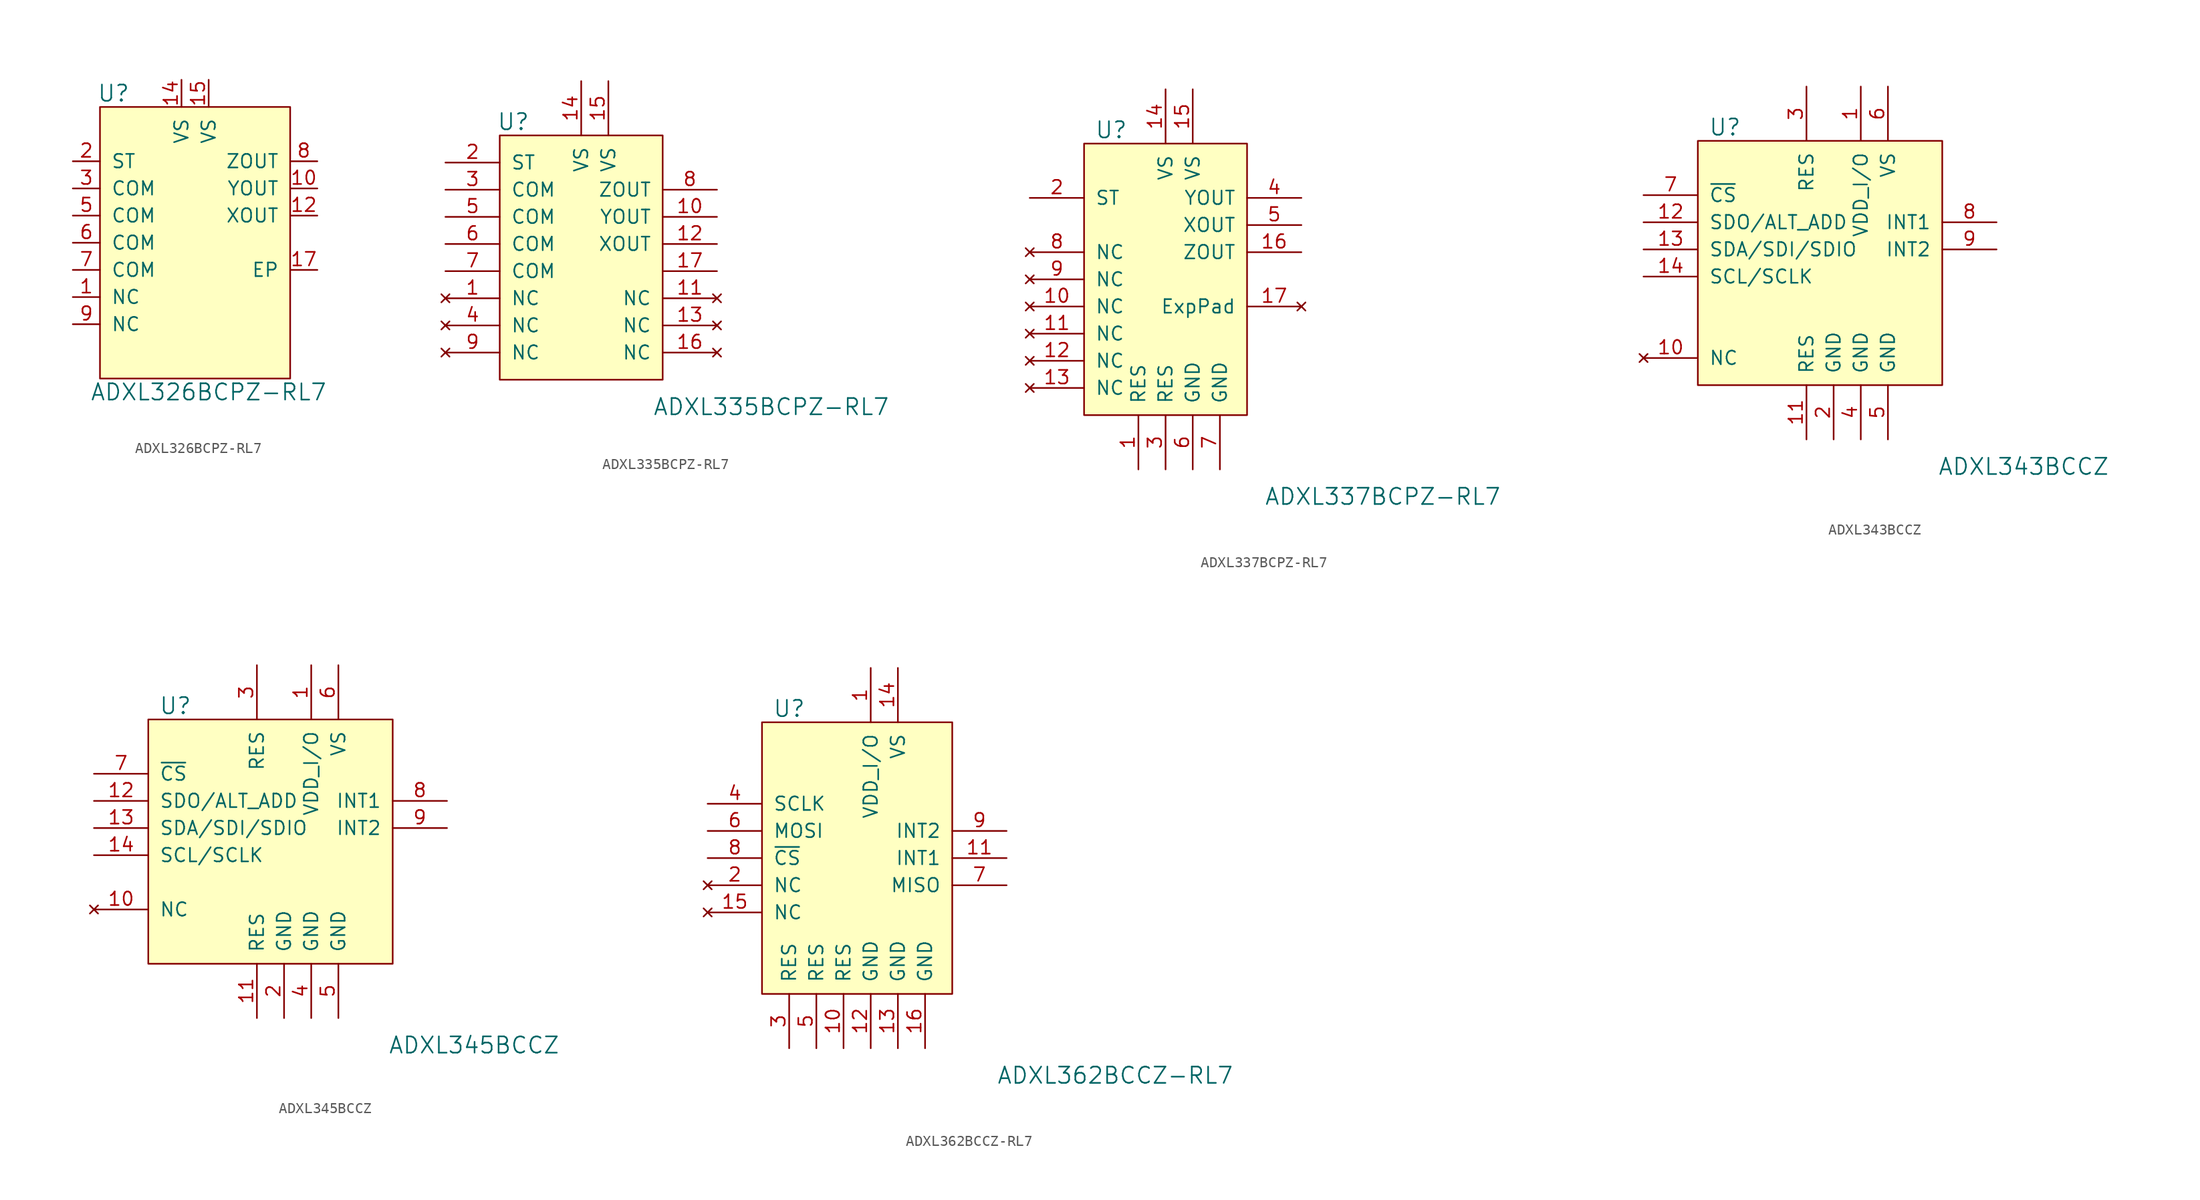
<source format=kicad_sym>
(kicad_symbol_lib
  (version 20231120)
  (generator "kicad_symbol_editor")
  (generator_version "8.0")
  (symbol "ADXL326BCPZ-RL7"
    (pin_names
      (offset 1.016))
    (property "Reference" "U"
      (at -8.89 16.51 0)
      (effects (font (size 1.524 1.524))))
    (property "Value" "ADXL326BCPZ-RL7"
      (at 0 -11.43 0)
      (effects (font (size 1.524 1.524))))
    (symbol "ADXL326BCPZ-RL7_0_1"
      (rectangle (start -10.16 15.24) (end 7.62 -10.16) (stroke (width 0) (type solid)) (fill (type background))))
    (symbol "ADXL326BCPZ-RL7_1_1"
      (pin unspecified line (at -12.7 -2.54 0) (length 2.54) (name "NC" (effects (font (size 1.27 1.27)))) (number "1" (effects (font (size 1.27 1.27)))))
      (pin output line (at 10.16 7.62 180) (length 2.54) (name "YOUT" (effects (font (size 1.27 1.27)))) (number "10" (effects (font (size 1.27 1.27)))))
      (pin no_connect line (at -2.54 -10.16 90) (length 2.54) hide (name "NC" (effects (font (size 1.27 1.27)))) (number "11" (effects (font (size 1.27 1.27)))))
      (pin output line (at 10.16 5.08 180) (length 2.54) (name "XOUT" (effects (font (size 1.27 1.27)))) (number "12" (effects (font (size 1.27 1.27)))))
      (pin no_connect line (at 0 -10.16 90) (length 2.54) hide (name "NC" (effects (font (size 1.27 1.27)))) (number "13" (effects (font (size 1.27 1.27)))))
      (pin power_in line (at -2.54 17.78 270) (length 2.54) (name "VS" (effects (font (size 1.27 1.27)))) (number "14" (effects (font (size 1.27 1.27)))))
      (pin power_in line (at 0 17.78 270) (length 2.54) (name "VS" (effects (font (size 1.27 1.27)))) (number "15" (effects (font (size 1.27 1.27)))))
      (pin no_connect line (at 2.54 -10.16 90) (length 2.54) hide (name "NC" (effects (font (size 1.27 1.27)))) (number "16" (effects (font (size 1.27 1.27)))))
      (pin unspecified line (at 10.16 0 180) (length 2.54) (name "EP" (effects (font (size 1.27 1.27)))) (number "17" (effects (font (size 1.27 1.27)))))
      (pin input line (at -12.7 10.16 0) (length 2.54) (name "ST" (effects (font (size 1.27 1.27)))) (number "2" (effects (font (size 1.27 1.27)))))
      (pin power_in line (at -12.7 7.62 0) (length 2.54) (name "COM" (effects (font (size 1.27 1.27)))) (number "3" (effects (font (size 1.27 1.27)))))
      (pin no_connect line (at 5.08 -10.16 90) (length 2.54) hide (name "NC" (effects (font (size 1.27 1.27)))) (number "4" (effects (font (size 1.27 1.27)))))
      (pin power_in line (at -12.7 5.08 0) (length 2.54) (name "COM" (effects (font (size 1.27 1.27)))) (number "5" (effects (font (size 1.27 1.27)))))
      (pin power_in line (at -12.7 2.54 0) (length 2.54) (name "COM" (effects (font (size 1.27 1.27)))) (number "6" (effects (font (size 1.27 1.27)))))
      (pin power_in line (at -12.7 0 0) (length 2.54) (name "COM" (effects (font (size 1.27 1.27)))) (number "7" (effects (font (size 1.27 1.27)))))
      (pin output line (at 10.16 10.16 180) (length 2.54) (name "ZOUT" (effects (font (size 1.27 1.27)))) (number "8" (effects (font (size 1.27 1.27)))))
      (pin unspecified line (at -12.7 -5.08 0) (length 2.54) (name "NC" (effects (font (size 1.27 1.27)))) (number "9" (effects (font (size 1.27 1.27)))))))
  (symbol "ADXL335BCPZ-RL7"
    (pin_names
      (offset 1.016))
    (property "Reference" "U"
      (at -6.35 11.43 0)
      (effects (font (size 1.524 1.524))))
    (property "Value" "ADXL335BCPZ-RL7"
      (at 17.78 -15.24 0)
      (effects (font (size 1.524 1.524))))
    (symbol "ADXL335BCPZ-RL7_0_1"
      (rectangle (start -7.62 10.16) (end 7.62 -12.7) (stroke (width 0) (type solid)) (fill (type background))))
    (symbol "ADXL335BCPZ-RL7_1_1"
      (pin no_connect line (at -12.7 -5.08 0) (length 5.08) (name "NC" (effects (font (size 1.27 1.27)))) (number "1" (effects (font (size 1.27 1.27)))))
      (pin output line (at 12.7 2.54 180) (length 5.08) (name "YOUT" (effects (font (size 1.27 1.27)))) (number "10" (effects (font (size 1.27 1.27)))))
      (pin no_connect line (at 12.7 -5.08 180) (length 5.08) (name "NC" (effects (font (size 1.27 1.27)))) (number "11" (effects (font (size 1.27 1.27)))))
      (pin output line (at 12.7 0 180) (length 5.08) (name "XOUT" (effects (font (size 1.27 1.27)))) (number "12" (effects (font (size 1.27 1.27)))))
      (pin no_connect line (at 12.7 -7.62 180) (length 5.08) (name "NC" (effects (font (size 1.27 1.27)))) (number "13" (effects (font (size 1.27 1.27)))))
      (pin power_in line (at 0 15.24 270) (length 5.08) (name "VS" (effects (font (size 1.27 1.27)))) (number "14" (effects (font (size 1.27 1.27)))))
      (pin power_in line (at 2.54 15.24 270) (length 5.08) (name "VS" (effects (font (size 1.27 1.27)))) (number "15" (effects (font (size 1.27 1.27)))))
      (pin no_connect line (at 12.7 -10.16 180) (length 5.08) (name "NC" (effects (font (size 1.27 1.27)))) (number "16" (effects (font (size 1.27 1.27)))))
      (pin unspecified line (at 12.7 -2.54 180) (length 5.08) (name "~" (effects (font (size 1.27 1.27)))) (number "17" (effects (font (size 1.27 1.27)))))
      (pin input line (at -12.7 7.62 0) (length 5.08) (name "ST" (effects (font (size 1.27 1.27)))) (number "2" (effects (font (size 1.27 1.27)))))
      (pin input line (at -12.7 5.08 0) (length 5.08) (name "COM" (effects (font (size 1.27 1.27)))) (number "3" (effects (font (size 1.27 1.27)))))
      (pin no_connect line (at -12.7 -7.62 0) (length 5.08) (name "NC" (effects (font (size 1.27 1.27)))) (number "4" (effects (font (size 1.27 1.27)))))
      (pin input line (at -12.7 2.54 0) (length 5.08) (name "COM" (effects (font (size 1.27 1.27)))) (number "5" (effects (font (size 1.27 1.27)))))
      (pin input line (at -12.7 0 0) (length 5.08) (name "COM" (effects (font (size 1.27 1.27)))) (number "6" (effects (font (size 1.27 1.27)))))
      (pin input line (at -12.7 -2.54 0) (length 5.08) (name "COM" (effects (font (size 1.27 1.27)))) (number "7" (effects (font (size 1.27 1.27)))))
      (pin output line (at 12.7 5.08 180) (length 5.08) (name "ZOUT" (effects (font (size 1.27 1.27)))) (number "8" (effects (font (size 1.27 1.27)))))
      (pin no_connect line (at -12.7 -10.16 0) (length 5.08) (name "NC" (effects (font (size 1.27 1.27)))) (number "9" (effects (font (size 1.27 1.27)))))))
  (symbol "ADXL337BCPZ-RL7"
    (pin_names
      (offset 1.016))
    (property "Reference" "U"
      (at -5.08 13.97 0)
      (effects (font (size 1.524 1.524))))
    (property "Value" "ADXL337BCPZ-RL7"
      (at 20.32 -20.32 0)
      (effects (font (size 1.524 1.524))))
    (symbol "ADXL337BCPZ-RL7_0_1"
      (rectangle (start -7.62 12.7) (end 7.62 -12.7) (stroke (width 0) (type solid)) (fill (type background))))
    (symbol "ADXL337BCPZ-RL7_1_1"
      (pin input line (at -2.54 -17.78 90) (length 5.08) (name "RES" (effects (font (size 1.27 1.27)))) (number "1" (effects (font (size 1.27 1.27)))))
      (pin no_connect line (at -12.7 -2.54 0) (length 5.08) (name "NC" (effects (font (size 1.27 1.27)))) (number "10" (effects (font (size 1.27 1.27)))))
      (pin no_connect line (at -12.7 -5.08 0) (length 5.08) (name "NC" (effects (font (size 1.27 1.27)))) (number "11" (effects (font (size 1.27 1.27)))))
      (pin no_connect line (at -12.7 -7.62 0) (length 5.08) (name "NC" (effects (font (size 1.27 1.27)))) (number "12" (effects (font (size 1.27 1.27)))))
      (pin no_connect line (at -12.7 -10.16 0) (length 5.08) (name "NC" (effects (font (size 1.27 1.27)))) (number "13" (effects (font (size 1.27 1.27)))))
      (pin power_in line (at 0 17.78 270) (length 5.08) (name "VS" (effects (font (size 1.27 1.27)))) (number "14" (effects (font (size 1.27 1.27)))))
      (pin power_in line (at 2.54 17.78 270) (length 5.08) (name "VS" (effects (font (size 1.27 1.27)))) (number "15" (effects (font (size 1.27 1.27)))))
      (pin output line (at 12.7 2.54 180) (length 5.08) (name "ZOUT" (effects (font (size 1.27 1.27)))) (number "16" (effects (font (size 1.27 1.27)))))
      (pin no_connect line (at 12.7 -2.54 180) (length 5.08) (name "ExpPad" (effects (font (size 1.27 1.27)))) (number "17" (effects (font (size 1.27 1.27)))))
      (pin input line (at -12.7 7.62 0) (length 5.08) (name "ST" (effects (font (size 1.27 1.27)))) (number "2" (effects (font (size 1.27 1.27)))))
      (pin input line (at 0 -17.78 90) (length 5.08) (name "RES" (effects (font (size 1.27 1.27)))) (number "3" (effects (font (size 1.27 1.27)))))
      (pin output line (at 12.7 7.62 180) (length 5.08) (name "YOUT" (effects (font (size 1.27 1.27)))) (number "4" (effects (font (size 1.27 1.27)))))
      (pin output line (at 12.7 5.08 180) (length 5.08) (name "XOUT" (effects (font (size 1.27 1.27)))) (number "5" (effects (font (size 1.27 1.27)))))
      (pin power_in line (at 2.54 -17.78 90) (length 5.08) (name "GND" (effects (font (size 1.27 1.27)))) (number "6" (effects (font (size 1.27 1.27)))))
      (pin power_in line (at 5.08 -17.78 90) (length 5.08) (name "GND" (effects (font (size 1.27 1.27)))) (number "7" (effects (font (size 1.27 1.27)))))
      (pin no_connect line (at -12.7 2.54 0) (length 5.08) (name "NC" (effects (font (size 1.27 1.27)))) (number "8" (effects (font (size 1.27 1.27)))))
      (pin no_connect line (at -12.7 0 0) (length 5.08) (name "NC" (effects (font (size 1.27 1.27)))) (number "9" (effects (font (size 1.27 1.27)))))))
  (symbol "ADXL343BCCZ"
    (pin_names
      (offset 1.016))
    (property "Reference" "U"
      (at -7.62 13.97 0)
      (effects (font (size 1.524 1.524))))
    (property "Value" "ADXL343BCCZ"
      (at 20.32 -17.78 0)
      (effects (font (size 1.524 1.524))))
    (symbol "ADXL343BCCZ_0_1"
      (rectangle (start -10.16 12.7) (end 12.7 -10.16) (stroke (width 0) (type solid)) (fill (type background))))
    (symbol "ADXL343BCCZ_1_1"
      (pin power_in line (at 5.08 17.78 270) (length 5.08) (name "VDD_I/O" (effects (font (size 1.27 1.27)))) (number "1" (effects (font (size 1.27 1.27)))))
      (pin no_connect line (at -15.24 -7.62 0) (length 5.08) (name "NC" (effects (font (size 1.27 1.27)))) (number "10" (effects (font (size 1.27 1.27)))))
      (pin power_in line (at 0 -15.24 90) (length 5.08) (name "RES" (effects (font (size 1.27 1.27)))) (number "11" (effects (font (size 1.27 1.27)))))
      (pin bidirectional line (at -15.24 5.08 0) (length 5.08) (name "SDO/ALT_ADD" (effects (font (size 1.27 1.27)))) (number "12" (effects (font (size 1.27 1.27)))))
      (pin bidirectional line (at -15.24 2.54 0) (length 5.08) (name "SDA/SDI/SDIO" (effects (font (size 1.27 1.27)))) (number "13" (effects (font (size 1.27 1.27)))))
      (pin bidirectional line (at -15.24 0 0) (length 5.08) (name "SCL/SCLK" (effects (font (size 1.27 1.27)))) (number "14" (effects (font (size 1.27 1.27)))))
      (pin power_in line (at 2.54 -15.24 90) (length 5.08) (name "GND" (effects (font (size 1.27 1.27)))) (number "2" (effects (font (size 1.27 1.27)))))
      (pin power_in line (at 0 17.78 270) (length 5.08) (name "RES" (effects (font (size 1.27 1.27)))) (number "3" (effects (font (size 1.27 1.27)))))
      (pin power_in line (at 5.08 -15.24 90) (length 5.08) (name "GND" (effects (font (size 1.27 1.27)))) (number "4" (effects (font (size 1.27 1.27)))))
      (pin power_in line (at 7.62 -15.24 90) (length 5.08) (name "GND" (effects (font (size 1.27 1.27)))) (number "5" (effects (font (size 1.27 1.27)))))
      (pin power_in line (at 7.62 17.78 270) (length 5.08) (name "VS" (effects (font (size 1.27 1.27)))) (number "6" (effects (font (size 1.27 1.27)))))
      (pin input line (at -15.24 7.62 0) (length 5.08) (name "~{CS}" (effects (font (size 1.27 1.27)))) (number "7" (effects (font (size 1.27 1.27)))))
      (pin output line (at 17.78 5.08 180) (length 5.08) (name "INT1" (effects (font (size 1.27 1.27)))) (number "8" (effects (font (size 1.27 1.27)))))
      (pin output line (at 17.78 2.54 180) (length 5.08) (name "INT2" (effects (font (size 1.27 1.27)))) (number "9" (effects (font (size 1.27 1.27)))))))
  (symbol "ADXL345BCCZ"
    (pin_names
      (offset 1.016))
    (property "Reference" "U"
      (at -7.62 11.43 0)
      (effects (font (size 1.524 1.524))))
    (property "Value" "ADXL345BCCZ"
      (at 20.32 -20.32 0)
      (effects (font (size 1.524 1.524))))
    (symbol "ADXL345BCCZ_0_1"
      (rectangle (start -10.16 10.16) (end 12.7 -12.7) (stroke (width 0) (type solid)) (fill (type background))))
    (symbol "ADXL345BCCZ_1_1"
      (pin power_in line (at 5.08 15.24 270) (length 5.08) (name "VDD_I/O" (effects (font (size 1.27 1.27)))) (number "1" (effects (font (size 1.27 1.27)))))
      (pin no_connect line (at -15.24 -7.62 0) (length 5.08) (name "NC" (effects (font (size 1.27 1.27)))) (number "10" (effects (font (size 1.27 1.27)))))
      (pin power_in line (at 0 -17.78 90) (length 5.08) (name "RES" (effects (font (size 1.27 1.27)))) (number "11" (effects (font (size 1.27 1.27)))))
      (pin bidirectional line (at -15.24 2.54 0) (length 5.08) (name "SDO/ALT_ADD" (effects (font (size 1.27 1.27)))) (number "12" (effects (font (size 1.27 1.27)))))
      (pin bidirectional line (at -15.24 0 0) (length 5.08) (name "SDA/SDI/SDIO" (effects (font (size 1.27 1.27)))) (number "13" (effects (font (size 1.27 1.27)))))
      (pin bidirectional line (at -15.24 -2.54 0) (length 5.08) (name "SCL/SCLK" (effects (font (size 1.27 1.27)))) (number "14" (effects (font (size 1.27 1.27)))))
      (pin power_in line (at 2.54 -17.78 90) (length 5.08) (name "GND" (effects (font (size 1.27 1.27)))) (number "2" (effects (font (size 1.27 1.27)))))
      (pin power_in line (at 0 15.24 270) (length 5.08) (name "RES" (effects (font (size 1.27 1.27)))) (number "3" (effects (font (size 1.27 1.27)))))
      (pin power_in line (at 5.08 -17.78 90) (length 5.08) (name "GND" (effects (font (size 1.27 1.27)))) (number "4" (effects (font (size 1.27 1.27)))))
      (pin power_in line (at 7.62 -17.78 90) (length 5.08) (name "GND" (effects (font (size 1.27 1.27)))) (number "5" (effects (font (size 1.27 1.27)))))
      (pin power_in line (at 7.62 15.24 270) (length 5.08) (name "VS" (effects (font (size 1.27 1.27)))) (number "6" (effects (font (size 1.27 1.27)))))
      (pin input line (at -15.24 5.08 0) (length 5.08) (name "~{CS}" (effects (font (size 1.27 1.27)))) (number "7" (effects (font (size 1.27 1.27)))))
      (pin output line (at 17.78 2.54 180) (length 5.08) (name "INT1" (effects (font (size 1.27 1.27)))) (number "8" (effects (font (size 1.27 1.27)))))
      (pin output line (at 17.78 0 180) (length 5.08) (name "INT2" (effects (font (size 1.27 1.27)))) (number "9" (effects (font (size 1.27 1.27)))))))
  (symbol "ADXL362BCCZ-RL7"
    (pin_names
      (offset 1.016))
    (property "Reference" "U"
      (at -7.62 13.97 0)
      (effects (font (size 1.524 1.524))))
    (property "Value" "ADXL362BCCZ-RL7"
      (at 22.86 -20.32 0)
      (effects (font (size 1.524 1.524))))
    (symbol "ADXL362BCCZ-RL7_0_1"
      (rectangle (start -10.16 12.7) (end 7.62 -12.7) (stroke (width 0) (type solid)) (fill (type background))))
    (symbol "ADXL362BCCZ-RL7_1_1"
      (pin power_in line (at 0 17.78 270) (length 5.08) (name "VDD_I/O" (effects (font (size 1.27 1.27)))) (number "1" (effects (font (size 1.27 1.27)))))
      (pin power_in line (at -2.54 -17.78 90) (length 5.08) (name "RES" (effects (font (size 1.27 1.27)))) (number "10" (effects (font (size 1.27 1.27)))))
      (pin output line (at 12.7 0 180) (length 5.08) (name "INT1" (effects (font (size 1.27 1.27)))) (number "11" (effects (font (size 1.27 1.27)))))
      (pin power_in line (at 0 -17.78 90) (length 5.08) (name "GND" (effects (font (size 1.27 1.27)))) (number "12" (effects (font (size 1.27 1.27)))))
      (pin power_in line (at 2.54 -17.78 90) (length 5.08) (name "GND" (effects (font (size 1.27 1.27)))) (number "13" (effects (font (size 1.27 1.27)))))
      (pin power_in line (at 2.54 17.78 270) (length 5.08) (name "VS" (effects (font (size 1.27 1.27)))) (number "14" (effects (font (size 1.27 1.27)))))
      (pin no_connect line (at -15.24 -5.08 0) (length 5.08) (name "NC" (effects (font (size 1.27 1.27)))) (number "15" (effects (font (size 1.27 1.27)))))
      (pin power_in line (at 5.08 -17.78 90) (length 5.08) (name "GND" (effects (font (size 1.27 1.27)))) (number "16" (effects (font (size 1.27 1.27)))))
      (pin no_connect line (at -15.24 -2.54 0) (length 5.08) (name "NC" (effects (font (size 1.27 1.27)))) (number "2" (effects (font (size 1.27 1.27)))))
      (pin power_in line (at -7.62 -17.78 90) (length 5.08) (name "RES" (effects (font (size 1.27 1.27)))) (number "3" (effects (font (size 1.27 1.27)))))
      (pin input line (at -15.24 5.08 0) (length 5.08) (name "SCLK" (effects (font (size 1.27 1.27)))) (number "4" (effects (font (size 1.27 1.27)))))
      (pin power_in line (at -5.08 -17.78 90) (length 5.08) (name "RES" (effects (font (size 1.27 1.27)))) (number "5" (effects (font (size 1.27 1.27)))))
      (pin input line (at -15.24 2.54 0) (length 5.08) (name "MOSI" (effects (font (size 1.27 1.27)))) (number "6" (effects (font (size 1.27 1.27)))))
      (pin output line (at 12.7 -2.54 180) (length 5.08) (name "MISO" (effects (font (size 1.27 1.27)))) (number "7" (effects (font (size 1.27 1.27)))))
      (pin input line (at -15.24 0 0) (length 5.08) (name "~{CS}" (effects (font (size 1.27 1.27)))) (number "8" (effects (font (size 1.27 1.27)))))
      (pin output line (at 12.7 2.54 180) (length 5.08) (name "INT2" (effects (font (size 1.27 1.27)))) (number "9" (effects (font (size 1.27 1.27))))))))
</source>
